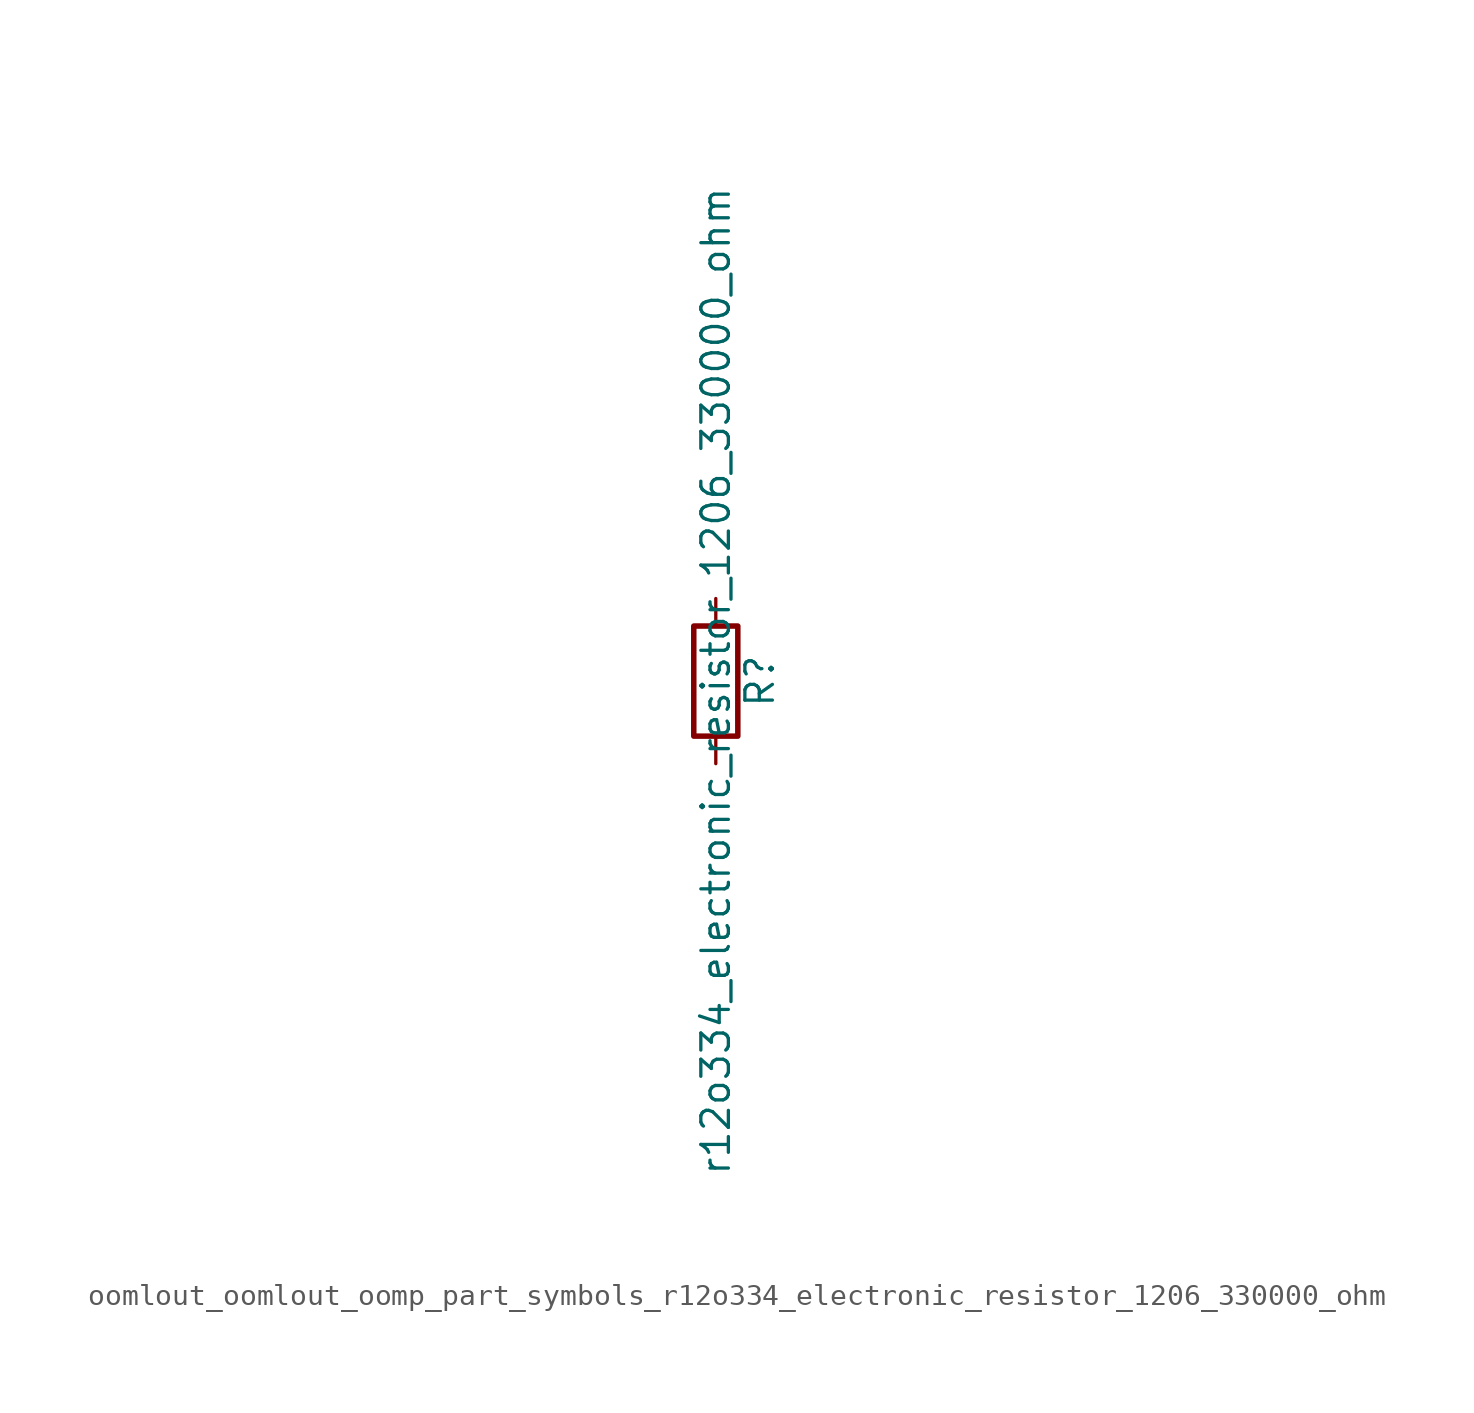
<source format=kicad_sym>
(kicad_symbol_lib
  (version 20220914)
  (generator kicad_symbol_editor)
  (symbol "oomlout_oomlout_oomp_part_symbols_r12o334_electronic_resistor_1206_330000_ohm"
    (pin_numbers hide)
    (pin_names
      (offset 0))
    (property "Reference" "R"
      (at 2.032 0 90)
      (effects (font (size 1.27 1.27))))
    (property "Value" "r12o334_electronic_resistor_1206_330000_ohm"
      (at 0 0 90)
      (effects (font (size 1.27 1.27))))
    (symbol "oomlout_oomlout_oomp_part_symbols_r12o334_electronic_resistor_1206_330000_ohm_0_1"
      (rectangle (start -1.016 -2.54) (end 1.016 2.54) (stroke (width 0.254) (type default)) (fill (type none))))
    (symbol "oomlout_oomlout_oomp_part_symbols_r12o334_electronic_resistor_1206_330000_ohm_1_1"
      (pin passive line (at 0 3.81 270) (length 1.27) (name "~" (effects (font (size 1.27 1.27)))) (number "1" (effects (font (size 1.27 1.27)))))
      (pin passive line (at 0 -3.81 90) (length 1.27) (name "~" (effects (font (size 1.27 1.27)))) (number "2" (effects (font (size 1.27 1.27))))))))
</source>
